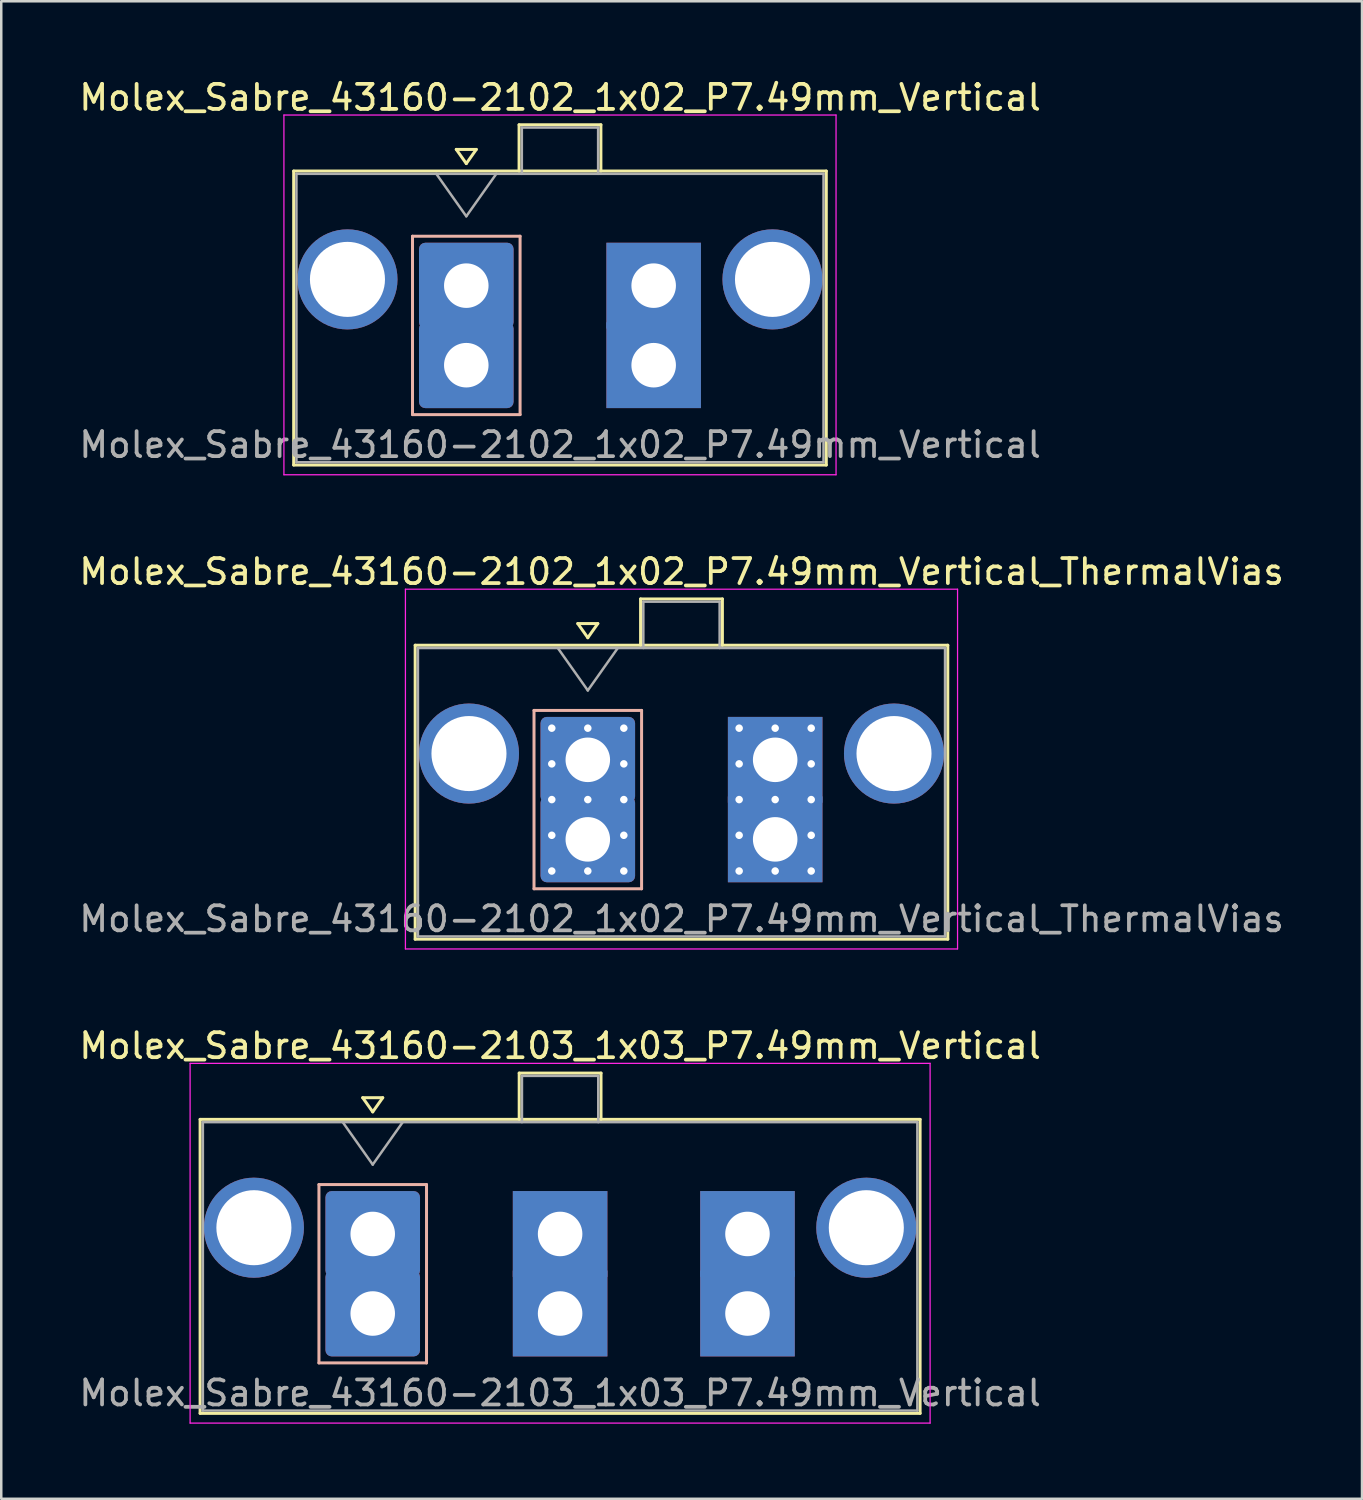
<source format=kicad_pcb>
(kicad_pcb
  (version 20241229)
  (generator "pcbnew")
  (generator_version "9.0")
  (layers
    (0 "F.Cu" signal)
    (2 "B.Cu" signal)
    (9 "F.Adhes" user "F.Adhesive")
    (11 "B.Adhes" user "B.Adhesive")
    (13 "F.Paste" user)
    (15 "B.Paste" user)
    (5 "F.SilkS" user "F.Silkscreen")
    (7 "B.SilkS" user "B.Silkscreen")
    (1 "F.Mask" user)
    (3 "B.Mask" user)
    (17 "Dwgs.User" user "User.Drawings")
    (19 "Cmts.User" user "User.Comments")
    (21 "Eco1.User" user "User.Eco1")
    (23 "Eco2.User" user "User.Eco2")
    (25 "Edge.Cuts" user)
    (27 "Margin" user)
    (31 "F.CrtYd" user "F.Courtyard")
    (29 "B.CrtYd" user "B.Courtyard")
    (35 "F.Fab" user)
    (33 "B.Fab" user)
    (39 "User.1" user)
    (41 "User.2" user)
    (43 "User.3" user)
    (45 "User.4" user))
  (footprint "Molex_Sabre_43160-2102_1x02_P7.49mm_Vertical"
    (layer "F.Cu")
    (at 15.589 11.548)
    (property "Reference" "Molex_Sabre_43160-2102_1x02_P7.49mm_Vertical" (at 3.75 -10.7 0) (layer "F.SilkS") (effects (font (size 1 1) (thickness 0.15))))
    (attr through_hole)
    (fp_line (start -6.9 -7.76) (end -6.9 3.99) (stroke (width 0.12) (type solid)) (layer "F.SilkS"))
    (fp_line (start -6.9 3.99) (end 14.39 3.99) (stroke (width 0.12) (type solid)) (layer "F.SilkS"))
    (fp_line (start -0.4 -8.626) (end 0 -8.06) (stroke (width 0.12) (type solid)) (layer "F.SilkS"))
    (fp_line (start 0 -8.06) (end 0.4 -8.626) (stroke (width 0.12) (type solid)) (layer "F.SilkS"))
    (fp_line (start 0.4 -8.626) (end -0.4 -8.626) (stroke (width 0.12) (type solid)) (layer "F.SilkS"))
    (fp_line (start 2.11 -9.61) (end 5.38 -9.61) (stroke (width 0.12) (type solid)) (layer "F.SilkS"))
    (fp_line (start 2.11 -7.76) (end 2.11 -9.61) (stroke (width 0.12) (type solid)) (layer "F.SilkS"))
    (fp_line (start 5.38 -9.61) (end 5.38 -7.76) (stroke (width 0.12) (type solid)) (layer "F.SilkS"))
    (fp_line (start 14.39 -7.76) (end -6.9 -7.76) (stroke (width 0.12) (type solid)) (layer "F.SilkS"))
    (fp_line (start 14.39 3.99) (end 14.39 -7.76) (stroke (width 0.12) (type solid)) (layer "F.SilkS"))
    (fp_line (start -2.15 -5.155) (end -2.15 1.975) (stroke (width 0.12) (type solid)) (layer "B.SilkS"))
    (fp_line (start -2.15 1.975) (end 2.15 1.975) (stroke (width 0.12) (type solid)) (layer "B.SilkS"))
    (fp_line (start 2.15 -5.155) (end -2.15 -5.155) (stroke (width 0.12) (type solid)) (layer "B.SilkS"))
    (fp_line (start 2.15 1.975) (end 2.15 -5.155) (stroke (width 0.12) (type solid)) (layer "B.SilkS"))
    (fp_line (start -7.29 -10) (end -7.29 4.38) (stroke (width 0.05) (type solid)) (layer "F.CrtYd"))
    (fp_line (start -7.29 4.38) (end 14.78 4.38) (stroke (width 0.05) (type solid)) (layer "F.CrtYd"))
    (fp_line (start 14.78 -10) (end -7.29 -10) (stroke (width 0.05) (type solid)) (layer "F.CrtYd"))
    (fp_line (start 14.78 4.38) (end 14.78 -10) (stroke (width 0.05) (type solid)) (layer "F.CrtYd"))
    (fp_line (start -6.79 -7.65) (end -6.79 3.88) (stroke (width 0.1) (type solid)) (layer "F.Fab"))
    (fp_line (start -6.79 3.88) (end 14.28 3.88) (stroke (width 0.1) (type solid)) (layer "F.Fab"))
    (fp_line (start -1.2 -7.65) (end 0 -5.953) (stroke (width 0.1) (type solid)) (layer "F.Fab"))
    (fp_line (start 0 -5.953) (end 1.2 -7.65) (stroke (width 0.1) (type solid)) (layer "F.Fab"))
    (fp_line (start 2.22 -9.5) (end 5.27 -9.5) (stroke (width 0.1) (type solid)) (layer "F.Fab"))
    (fp_line (start 2.22 -7.65) (end 2.22 -9.5) (stroke (width 0.1) (type solid)) (layer "F.Fab"))
    (fp_line (start 5.27 -9.5) (end 5.27 -7.65) (stroke (width 0.1) (type solid)) (layer "F.Fab"))
    (fp_line (start 14.28 -7.65) (end -6.79 -7.65) (stroke (width 0.1) (type solid)) (layer "F.Fab"))
    (fp_line (start 14.28 3.88) (end 14.28 -7.65) (stroke (width 0.1) (type solid)) (layer "F.Fab"))
    (fp_text user "${REFERENCE}" (at 3.75 3.18 0) (layer "F.Fab") (effects (font (size 1 1) (thickness 0.15))))
    (pad "" thru_hole circle (at -4.75 -3.43) (size 4 4) (drill 3) (layers "*.Cu" "*.Mask"))
    (pad "" thru_hole circle (at 12.24 -3.43) (size 4 4) (drill 3) (layers "*.Cu" "*.Mask"))
    (pad "1" thru_hole roundrect (at 0 -3.18) (size 3.78 3.43) (drill 1.78) (layers "*.Cu" "*.Mask") (roundrect_rratio 0.073))
    (pad "1" thru_hole roundrect (at 0 0) (size 3.78 3.43) (drill 1.78) (layers "*.Cu" "*.Mask") (roundrect_rratio 0.073))
    (pad "2" thru_hole rect (at 7.49 -3.18) (size 3.78 3.43) (drill 1.78) (layers "*.Cu" "*.Mask"))
    (pad "2" thru_hole rect (at 7.49 0) (size 3.78 3.43) (drill 1.78) (layers "*.Cu" "*.Mask")))
  (footprint "Molex_Sabre_43160-2102_1x02_P7.49mm_Vertical_ThermalVias"
    (layer "F.Cu")
    (at 20.446 30.502)
    (property "Reference" "Molex_Sabre_43160-2102_1x02_P7.49mm_Vertical_ThermalVias" (at 3.75 -10.7 0) (layer "F.SilkS") (effects (font (size 1 1) (thickness 0.15))))
    (attr through_hole)
    (fp_line (start -6.9 -7.76) (end -6.9 3.99) (stroke (width 0.12) (type solid)) (layer "F.SilkS"))
    (fp_line (start -6.9 3.99) (end 14.39 3.99) (stroke (width 0.12) (type solid)) (layer "F.SilkS"))
    (fp_line (start -0.4 -8.626) (end 0 -8.06) (stroke (width 0.12) (type solid)) (layer "F.SilkS"))
    (fp_line (start 0 -8.06) (end 0.4 -8.626) (stroke (width 0.12) (type solid)) (layer "F.SilkS"))
    (fp_line (start 0.4 -8.626) (end -0.4 -8.626) (stroke (width 0.12) (type solid)) (layer "F.SilkS"))
    (fp_line (start 2.11 -9.61) (end 5.38 -9.61) (stroke (width 0.12) (type solid)) (layer "F.SilkS"))
    (fp_line (start 2.11 -7.76) (end 2.11 -9.61) (stroke (width 0.12) (type solid)) (layer "F.SilkS"))
    (fp_line (start 5.38 -9.61) (end 5.38 -7.76) (stroke (width 0.12) (type solid)) (layer "F.SilkS"))
    (fp_line (start 14.39 -7.76) (end -6.9 -7.76) (stroke (width 0.12) (type solid)) (layer "F.SilkS"))
    (fp_line (start 14.39 3.99) (end 14.39 -7.76) (stroke (width 0.12) (type solid)) (layer "F.SilkS"))
    (fp_line (start -2.15 -5.155) (end -2.15 1.975) (stroke (width 0.12) (type solid)) (layer "B.SilkS"))
    (fp_line (start -2.15 1.975) (end 2.15 1.975) (stroke (width 0.12) (type solid)) (layer "B.SilkS"))
    (fp_line (start 2.15 -5.155) (end -2.15 -5.155) (stroke (width 0.12) (type solid)) (layer "B.SilkS"))
    (fp_line (start 2.15 1.975) (end 2.15 -5.155) (stroke (width 0.12) (type solid)) (layer "B.SilkS"))
    (fp_line (start -7.29 -10) (end -7.29 4.38) (stroke (width 0.05) (type solid)) (layer "F.CrtYd"))
    (fp_line (start -7.29 4.38) (end 14.78 4.38) (stroke (width 0.05) (type solid)) (layer "F.CrtYd"))
    (fp_line (start 14.78 -10) (end -7.29 -10) (stroke (width 0.05) (type solid)) (layer "F.CrtYd"))
    (fp_line (start 14.78 4.38) (end 14.78 -10) (stroke (width 0.05) (type solid)) (layer "F.CrtYd"))
    (fp_line (start -6.79 -7.65) (end -6.79 3.88) (stroke (width 0.1) (type solid)) (layer "F.Fab"))
    (fp_line (start -6.79 3.88) (end 14.28 3.88) (stroke (width 0.1) (type solid)) (layer "F.Fab"))
    (fp_line (start -1.2 -7.65) (end 0 -5.953) (stroke (width 0.1) (type solid)) (layer "F.Fab"))
    (fp_line (start 0 -5.953) (end 1.2 -7.65) (stroke (width 0.1) (type solid)) (layer "F.Fab"))
    (fp_line (start 2.22 -9.5) (end 5.27 -9.5) (stroke (width 0.1) (type solid)) (layer "F.Fab"))
    (fp_line (start 2.22 -7.65) (end 2.22 -9.5) (stroke (width 0.1) (type solid)) (layer "F.Fab"))
    (fp_line (start 5.27 -9.5) (end 5.27 -7.65) (stroke (width 0.1) (type solid)) (layer "F.Fab"))
    (fp_line (start 14.28 -7.65) (end -6.79 -7.65) (stroke (width 0.1) (type solid)) (layer "F.Fab"))
    (fp_line (start 14.28 3.88) (end 14.28 -7.65) (stroke (width 0.1) (type solid)) (layer "F.Fab"))
    (fp_text user "${REFERENCE}" (at 3.75 3.18 0) (layer "F.Fab") (effects (font (size 1 1) (thickness 0.15))))
    (pad "" thru_hole circle (at -4.75 -3.43) (size 4 4) (drill 3) (layers "*.Cu" "*.Mask"))
    (pad "" thru_hole circle (at 12.24 -3.43) (size 4 4) (drill 3) (layers "*.Cu" "*.Mask"))
    (pad "1" thru_hole roundrect (at -1.44 -4.445) (size 0.6 0.6) (drill 0.3) (layers "*.Cu" "*.Mask") (roundrect_rratio 0.25))
    (pad "1" thru_hole roundrect (at -1.44 -3.018) (size 0.6 0.6) (drill 0.3) (layers "*.Cu" "*.Mask") (roundrect_rratio 0.25))
    (pad "1" thru_hole roundrect (at -1.44 -1.59) (size 0.6 0.6) (drill 0.3) (layers "*.Cu" "*.Mask") (roundrect_rratio 0.25))
    (pad "1" thru_hole roundrect (at -1.44 -0.163) (size 0.6 0.6) (drill 0.3) (layers "*.Cu" "*.Mask") (roundrect_rratio 0.25))
    (pad "1" thru_hole roundrect (at -1.44 1.265) (size 0.6 0.6) (drill 0.3) (layers "*.Cu" "*.Mask") (roundrect_rratio 0.25))
    (pad "1" thru_hole roundrect (at 0 -4.445) (size 0.6 0.6) (drill 0.3) (layers "*.Cu" "*.Mask") (roundrect_rratio 0.25))
    (pad "1" thru_hole roundrect (at 0 -3.18) (size 3.78 3.43) (drill 1.78) (layers "*.Cu" "*.Mask") (roundrect_rratio 0.073))
    (pad "1" thru_hole roundrect (at 0 -1.59) (size 0.6 0.6) (drill 0.3) (layers "*.Cu" "*.Mask") (roundrect_rratio 0.25))
    (pad "1" thru_hole roundrect (at 0 0) (size 3.78 3.43) (drill 1.78) (layers "*.Cu" "*.Mask") (roundrect_rratio 0.073))
    (pad "1" thru_hole roundrect (at 0 1.265) (size 0.6 0.6) (drill 0.3) (layers "*.Cu" "*.Mask") (roundrect_rratio 0.25))
    (pad "1" thru_hole roundrect (at 1.44 -4.445) (size 0.6 0.6) (drill 0.3) (layers "*.Cu" "*.Mask") (roundrect_rratio 0.25))
    (pad "1" thru_hole roundrect (at 1.44 -3.018) (size 0.6 0.6) (drill 0.3) (layers "*.Cu" "*.Mask") (roundrect_rratio 0.25))
    (pad "1" thru_hole roundrect (at 1.44 -1.59) (size 0.6 0.6) (drill 0.3) (layers "*.Cu" "*.Mask") (roundrect_rratio 0.25))
    (pad "1" thru_hole roundrect (at 1.44 -0.163) (size 0.6 0.6) (drill 0.3) (layers "*.Cu" "*.Mask") (roundrect_rratio 0.25))
    (pad "1" thru_hole roundrect (at 1.44 1.265) (size 0.6 0.6) (drill 0.3) (layers "*.Cu" "*.Mask") (roundrect_rratio 0.25))
    (pad "2" thru_hole circle (at 6.05 -4.445) (size 0.6 0.6) (drill 0.3) (layers "*.Cu" "*.Mask"))
    (pad "2" thru_hole circle (at 6.05 -3.018) (size 0.6 0.6) (drill 0.3) (layers "*.Cu" "*.Mask"))
    (pad "2" thru_hole circle (at 6.05 -1.59) (size 0.6 0.6) (drill 0.3) (layers "*.Cu" "*.Mask"))
    (pad "2" thru_hole circle (at 6.05 -0.163) (size 0.6 0.6) (drill 0.3) (layers "*.Cu" "*.Mask"))
    (pad "2" thru_hole circle (at 6.05 1.265) (size 0.6 0.6) (drill 0.3) (layers "*.Cu" "*.Mask"))
    (pad "2" thru_hole circle (at 7.49 -4.445) (size 0.6 0.6) (drill 0.3) (layers "*.Cu" "*.Mask"))
    (pad "2" thru_hole rect (at 7.49 -3.18) (size 3.78 3.43) (drill 1.78) (layers "*.Cu" "*.Mask"))
    (pad "2" thru_hole circle (at 7.49 -1.59) (size 0.6 0.6) (drill 0.3) (layers "*.Cu" "*.Mask"))
    (pad "2" thru_hole rect (at 7.49 0) (size 3.78 3.43) (drill 1.78) (layers "*.Cu" "*.Mask"))
    (pad "2" thru_hole circle (at 7.49 1.265) (size 0.6 0.6) (drill 0.3) (layers "*.Cu" "*.Mask"))
    (pad "2" thru_hole circle (at 8.93 -4.445) (size 0.6 0.6) (drill 0.3) (layers "*.Cu" "*.Mask"))
    (pad "2" thru_hole circle (at 8.93 -3.018) (size 0.6 0.6) (drill 0.3) (layers "*.Cu" "*.Mask"))
    (pad "2" thru_hole circle (at 8.93 -1.59) (size 0.6 0.6) (drill 0.3) (layers "*.Cu" "*.Mask"))
    (pad "2" thru_hole circle (at 8.93 -0.163) (size 0.6 0.6) (drill 0.3) (layers "*.Cu" "*.Mask"))
    (pad "2" thru_hole circle (at 8.93 1.265) (size 0.6 0.6) (drill 0.3) (layers "*.Cu" "*.Mask")))
  (footprint "Molex_Sabre_43160-2103_1x03_P7.49mm_Vertical"
    (layer "F.Cu")
    (at 11.849 49.455)
    (property "Reference" "Molex_Sabre_43160-2103_1x03_P7.49mm_Vertical" (at 7.49 -10.7 0) (layer "F.SilkS") (effects (font (size 1 1) (thickness 0.15))))
    (attr through_hole)
    (fp_line (start -6.9 -7.76) (end -6.9 3.99) (stroke (width 0.12) (type solid)) (layer "F.SilkS"))
    (fp_line (start -6.9 3.99) (end 21.88 3.99) (stroke (width 0.12) (type solid)) (layer "F.SilkS"))
    (fp_line (start -0.4 -8.626) (end 0 -8.06) (stroke (width 0.12) (type solid)) (layer "F.SilkS"))
    (fp_line (start 0 -8.06) (end 0.4 -8.626) (stroke (width 0.12) (type solid)) (layer "F.SilkS"))
    (fp_line (start 0.4 -8.626) (end -0.4 -8.626) (stroke (width 0.12) (type solid)) (layer "F.SilkS"))
    (fp_line (start 5.855 -9.61) (end 9.125 -9.61) (stroke (width 0.12) (type solid)) (layer "F.SilkS"))
    (fp_line (start 5.855 -7.76) (end 5.855 -9.61) (stroke (width 0.12) (type solid)) (layer "F.SilkS"))
    (fp_line (start 9.125 -9.61) (end 9.125 -7.76) (stroke (width 0.12) (type solid)) (layer "F.SilkS"))
    (fp_line (start 21.88 -7.76) (end -6.9 -7.76) (stroke (width 0.12) (type solid)) (layer "F.SilkS"))
    (fp_line (start 21.88 3.99) (end 21.88 -7.76) (stroke (width 0.12) (type solid)) (layer "F.SilkS"))
    (fp_line (start -2.15 -5.155) (end -2.15 1.975) (stroke (width 0.12) (type solid)) (layer "B.SilkS"))
    (fp_line (start -2.15 1.975) (end 2.15 1.975) (stroke (width 0.12) (type solid)) (layer "B.SilkS"))
    (fp_line (start 2.15 -5.155) (end -2.15 -5.155) (stroke (width 0.12) (type solid)) (layer "B.SilkS"))
    (fp_line (start 2.15 1.975) (end 2.15 -5.155) (stroke (width 0.12) (type solid)) (layer "B.SilkS"))
    (fp_line (start -7.3 -10) (end -7.3 4.38) (stroke (width 0.05) (type solid)) (layer "F.CrtYd"))
    (fp_line (start -7.3 4.38) (end 22.28 4.38) (stroke (width 0.05) (type solid)) (layer "F.CrtYd"))
    (fp_line (start 22.28 -10) (end -7.3 -10) (stroke (width 0.05) (type solid)) (layer "F.CrtYd"))
    (fp_line (start 22.28 4.38) (end 22.28 -10) (stroke (width 0.05) (type solid)) (layer "F.CrtYd"))
    (fp_line (start -6.79 -7.65) (end -6.79 3.88) (stroke (width 0.1) (type solid)) (layer "F.Fab"))
    (fp_line (start -6.79 3.88) (end 21.77 3.88) (stroke (width 0.1) (type solid)) (layer "F.Fab"))
    (fp_line (start -1.2 -7.65) (end 0 -5.953) (stroke (width 0.1) (type solid)) (layer "F.Fab"))
    (fp_line (start 0 -5.953) (end 1.2 -7.65) (stroke (width 0.1) (type solid)) (layer "F.Fab"))
    (fp_line (start 5.965 -9.5) (end 9.015 -9.5) (stroke (width 0.1) (type solid)) (layer "F.Fab"))
    (fp_line (start 5.965 -7.65) (end 5.965 -9.5) (stroke (width 0.1) (type solid)) (layer "F.Fab"))
    (fp_line (start 9.015 -9.5) (end 9.015 -7.65) (stroke (width 0.1) (type solid)) (layer "F.Fab"))
    (fp_line (start 21.77 -7.65) (end -6.79 -7.65) (stroke (width 0.1) (type solid)) (layer "F.Fab"))
    (fp_line (start 21.77 3.88) (end 21.77 -7.65) (stroke (width 0.1) (type solid)) (layer "F.Fab"))
    (fp_text user "${REFERENCE}" (at 7.49 3.18 0) (layer "F.Fab") (effects (font (size 1 1) (thickness 0.15))))
    (pad "" thru_hole circle (at -4.75 -3.43) (size 4 4) (drill 3) (layers "*.Cu" "*.Mask"))
    (pad "" thru_hole circle (at 19.73 -3.43) (size 4 4) (drill 3) (layers "*.Cu" "*.Mask"))
    (pad "1" thru_hole roundrect (at 0 -3.18) (size 3.78 3.43) (drill 1.78) (layers "*.Cu" "*.Mask") (roundrect_rratio 0.073))
    (pad "1" thru_hole roundrect (at 0 0) (size 3.78 3.43) (drill 1.78) (layers "*.Cu" "*.Mask") (roundrect_rratio 0.073))
    (pad "2" thru_hole rect (at 7.49 -3.18) (size 3.78 3.43) (drill 1.78) (layers "*.Cu" "*.Mask"))
    (pad "2" thru_hole rect (at 7.49 0) (size 3.78 3.43) (drill 1.78) (layers "*.Cu" "*.Mask"))
    (pad "3" thru_hole rect (at 14.98 -3.18) (size 3.78 3.43) (drill 1.78) (layers "*.Cu" "*.Mask"))
    (pad "3" thru_hole rect (at 14.98 0) (size 3.78 3.43) (drill 1.78) (layers "*.Cu" "*.Mask")))
  (gr_rect
    (start -3 -3)
    (end 51.393 56.86)
    (stroke (width 0.1) (type default))
    (fill no)
    (layer "Edge.Cuts")))
</source>
